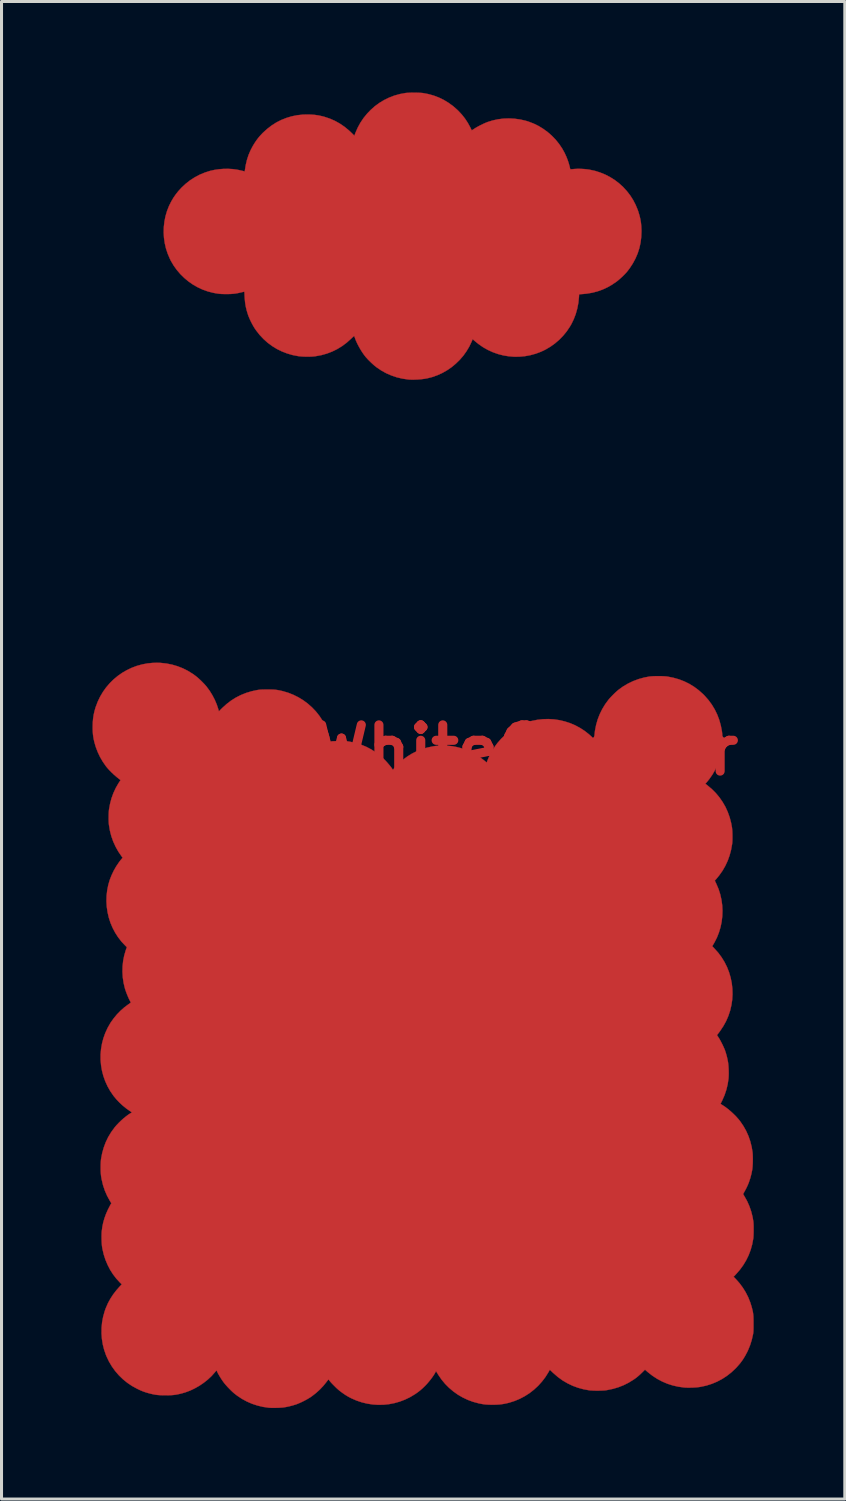
<source format=kicad_pcb>
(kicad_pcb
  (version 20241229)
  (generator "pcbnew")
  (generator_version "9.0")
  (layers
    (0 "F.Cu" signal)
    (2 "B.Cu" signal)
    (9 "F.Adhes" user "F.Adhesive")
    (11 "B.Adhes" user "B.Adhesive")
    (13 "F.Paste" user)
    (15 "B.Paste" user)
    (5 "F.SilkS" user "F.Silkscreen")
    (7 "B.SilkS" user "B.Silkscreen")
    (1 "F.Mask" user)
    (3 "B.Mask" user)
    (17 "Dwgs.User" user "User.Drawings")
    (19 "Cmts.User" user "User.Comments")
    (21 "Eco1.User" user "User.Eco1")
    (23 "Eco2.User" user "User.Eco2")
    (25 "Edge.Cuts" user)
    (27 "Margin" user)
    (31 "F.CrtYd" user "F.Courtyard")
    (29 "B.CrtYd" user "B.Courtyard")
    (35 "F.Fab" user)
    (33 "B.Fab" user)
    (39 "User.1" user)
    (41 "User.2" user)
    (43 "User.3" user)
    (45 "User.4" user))
  (footprint "LlamaWhiteCopper"
    (layer "F.Cu")
    (at 10.893 21.681)
    (property "Reference" "LlamaWhiteCopper" (at 0 0 0) (layer "F.Cu") (effects (font (size 1.524 1.524) (thickness 0.3))))
    (attr through_hole)
    (fp_poly (pts (xy -0.244 -21.676) (xy -0.168 -21.674) (xy -0.098 -21.671) (xy -0.037 -21.667) (xy 0.002 -21.663) (xy 0.18 -21.629) (xy 0.355 -21.58) (xy 0.525 -21.515) (xy 0.689 -21.435) (xy 0.846 -21.34) (xy 0.994 -21.232) (xy 1.132 -21.111) (xy 1.16 -21.084) (xy 1.281 -20.955) (xy 1.386 -20.822) (xy 1.478 -20.682) (xy 1.557 -20.538) (xy 1.609 -20.433) (xy 1.7 -20.492) (xy 1.758 -20.528) (xy 1.827 -20.567) (xy 1.903 -20.606) (xy 1.98 -20.644) (xy 2.053 -20.677) (xy 2.118 -20.703) (xy 2.124 -20.706) (xy 2.296 -20.76) (xy 2.473 -20.798) (xy 2.653 -20.821) (xy 2.835 -20.827) (xy 3.018 -20.818) (xy 3.199 -20.793) (xy 3.379 -20.753) (xy 3.479 -20.722) (xy 3.647 -20.658) (xy 3.809 -20.579) (xy 3.963 -20.485) (xy 4.11 -20.378) (xy 4.246 -20.259) (xy 4.373 -20.128) (xy 4.487 -19.987) (xy 4.589 -19.836) (xy 4.671 -19.688) (xy 4.723 -19.576) (xy 4.769 -19.459) (xy 4.808 -19.342) (xy 4.838 -19.23) (xy 4.844 -19.202) (xy 4.851 -19.173) (xy 4.857 -19.158) (xy 4.865 -19.151) (xy 4.876 -19.151) (xy 4.891 -19.152) (xy 4.92 -19.154) (xy 4.959 -19.157) (xy 5.003 -19.161) (xy 5.015 -19.162) (xy 5.115 -19.166) (xy 5.223 -19.164) (xy 5.335 -19.157) (xy 5.443 -19.145) (xy 5.492 -19.137) (xy 5.673 -19.098) (xy 5.847 -19.042) (xy 6.015 -18.973) (xy 6.175 -18.889) (xy 6.327 -18.793) (xy 6.469 -18.684) (xy 6.601 -18.563) (xy 6.722 -18.431) (xy 6.832 -18.289) (xy 6.929 -18.137) (xy 7.012 -17.976) (xy 7.082 -17.807) (xy 7.1 -17.754) (xy 7.138 -17.628) (xy 7.166 -17.51) (xy 7.186 -17.393) (xy 7.198 -17.274) (xy 7.203 -17.145) (xy 7.204 -17.101) (xy 7.196 -16.912) (xy 7.173 -16.729) (xy 7.134 -16.552) (xy 7.079 -16.38) (xy 7.008 -16.214) (xy 6.921 -16.051) (xy 6.818 -15.893) (xy 6.747 -15.798) (xy 6.708 -15.751) (xy 6.658 -15.698) (xy 6.602 -15.641) (xy 6.542 -15.584) (xy 6.482 -15.53) (xy 6.426 -15.482) (xy 6.39 -15.454) (xy 6.236 -15.348) (xy 6.08 -15.259) (xy 5.919 -15.185) (xy 5.753 -15.126) (xy 5.58 -15.081) (xy 5.399 -15.051) (xy 5.28 -15.039) (xy 5.148 -15.029) (xy 5.143 -14.939) (xy 5.123 -14.745) (xy 5.087 -14.559) (xy 5.037 -14.38) (xy 4.971 -14.208) (xy 4.891 -14.043) (xy 4.843 -13.962) (xy 4.739 -13.807) (xy 4.622 -13.664) (xy 4.493 -13.531) (xy 4.353 -13.411) (xy 4.204 -13.304) (xy 4.045 -13.21) (xy 3.893 -13.137) (xy 3.72 -13.072) (xy 3.543 -13.023) (xy 3.365 -12.99) (xy 3.185 -12.973) (xy 3.005 -12.971) (xy 2.826 -12.986) (xy 2.65 -13.015) (xy 2.476 -13.06) (xy 2.306 -13.12) (xy 2.141 -13.195) (xy 1.982 -13.285) (xy 1.831 -13.39) (xy 1.702 -13.495) (xy 1.639 -13.551) (xy 1.604 -13.468) (xy 1.526 -13.304) (xy 1.433 -13.149) (xy 1.328 -13.002) (xy 1.21 -12.866) (xy 1.081 -12.741) (xy 0.943 -12.626) (xy 0.795 -12.525) (xy 0.639 -12.436) (xy 0.476 -12.362) (xy 0.307 -12.302) (xy 0.144 -12.26) (xy 0.054 -12.244) (xy -0.044 -12.231) (xy -0.148 -12.222) (xy -0.252 -12.217) (xy -0.352 -12.215) (xy -0.443 -12.218) (xy -0.491 -12.222) (xy -0.68 -12.25) (xy -0.863 -12.293) (xy -1.04 -12.353) (xy -1.21 -12.427) (xy -1.373 -12.517) (xy -1.528 -12.622) (xy -1.532 -12.625) (xy -1.584 -12.666) (xy -1.643 -12.717) (xy -1.704 -12.773) (xy -1.766 -12.833) (xy -1.822 -12.89) (xy -1.87 -12.943) (xy -1.884 -12.959) (xy -1.944 -13.036) (xy -2.005 -13.124) (xy -2.064 -13.219) (xy -2.119 -13.316) (xy -2.169 -13.413) (xy -2.21 -13.504) (xy -2.23 -13.555) (xy -2.242 -13.589) (xy -2.253 -13.619) (xy -2.26 -13.639) (xy -2.261 -13.643) (xy -2.265 -13.649) (xy -2.269 -13.651) (xy -2.278 -13.648) (xy -2.291 -13.638) (xy -2.312 -13.62) (xy -2.341 -13.592) (xy -2.377 -13.558) (xy -2.519 -13.431) (xy -2.67 -13.319) (xy -2.827 -13.223) (xy -2.992 -13.142) (xy -3.164 -13.076) (xy -3.344 -13.025) (xy -3.531 -12.99) (xy -3.553 -12.986) (xy -3.632 -12.978) (xy -3.723 -12.974) (xy -3.82 -12.973) (xy -3.918 -12.975) (xy -4.011 -12.98) (xy -4.095 -12.989) (xy -4.112 -12.991) (xy -4.298 -13.027) (xy -4.477 -13.079) (xy -4.65 -13.146) (xy -4.815 -13.227) (xy -4.971 -13.323) (xy -5.119 -13.432) (xy -5.256 -13.555) (xy -5.383 -13.69) (xy -5.499 -13.838) (xy -5.546 -13.906) (xy -5.588 -13.974) (xy -5.631 -14.052) (xy -5.674 -14.135) (xy -5.713 -14.219) (xy -5.747 -14.299) (xy -5.77 -14.364) (xy -5.811 -14.497) (xy -5.841 -14.625) (xy -5.862 -14.753) (xy -5.875 -14.887) (xy -5.88 -14.971) (xy -5.882 -15.024) (xy -5.884 -15.062) (xy -5.885 -15.088) (xy -5.888 -15.104) (xy -5.891 -15.112) (xy -5.896 -15.115) (xy -5.902 -15.114) (xy -5.903 -15.114) (xy -5.918 -15.11) (xy -5.945 -15.104) (xy -5.981 -15.095) (xy -6.014 -15.088) (xy -6.099 -15.069) (xy -6.178 -15.055) (xy -6.257 -15.046) (xy -6.339 -15.04) (xy -6.431 -15.037) (xy -6.479 -15.037) (xy -6.564 -15.038) (xy -6.638 -15.04) (xy -6.705 -15.045) (xy -6.769 -15.053) (xy -6.838 -15.064) (xy -6.914 -15.079) (xy -6.919 -15.08) (xy -7.094 -15.125) (xy -7.263 -15.185) (xy -7.426 -15.261) (xy -7.582 -15.35) (xy -7.73 -15.453) (xy -7.868 -15.568) (xy -7.997 -15.695) (xy -8.114 -15.832) (xy -8.22 -15.98) (xy -8.312 -16.137) (xy -8.341 -16.196) (xy -8.413 -16.363) (xy -8.47 -16.535) (xy -8.511 -16.711) (xy -8.537 -16.89) (xy -8.547 -17.07) (xy -8.542 -17.25) (xy -8.522 -17.429) (xy -8.487 -17.605) (xy -8.436 -17.778) (xy -8.37 -17.945) (xy -8.294 -18.096) (xy -8.224 -18.215) (xy -8.148 -18.324) (xy -8.065 -18.429) (xy -7.97 -18.533) (xy -7.961 -18.543) (xy -7.824 -18.671) (xy -7.678 -18.786) (xy -7.522 -18.886) (xy -7.358 -18.973) (xy -7.186 -19.044) (xy -7.016 -19.098) (xy -6.874 -19.13) (xy -6.724 -19.152) (xy -6.569 -19.164) (xy -6.415 -19.165) (xy -6.265 -19.156) (xy -6.145 -19.14) (xy -6.109 -19.133) (xy -6.065 -19.125) (xy -6.019 -19.114) (xy -5.975 -19.104) (xy -5.935 -19.095) (xy -5.905 -19.087) (xy -5.889 -19.082) (xy -5.88 -19.081) (xy -5.875 -19.091) (xy -5.87 -19.113) (xy -5.87 -19.117) (xy -5.841 -19.296) (xy -5.801 -19.463) (xy -5.75 -19.62) (xy -5.686 -19.771) (xy -5.61 -19.917) (xy -5.545 -20.022) (xy -5.489 -20.105) (xy -5.435 -20.177) (xy -5.379 -20.244) (xy -5.317 -20.311) (xy -5.278 -20.352) (xy -5.137 -20.48) (xy -4.989 -20.594) (xy -4.834 -20.693) (xy -4.671 -20.776) (xy -4.502 -20.843) (xy -4.327 -20.896) (xy -4.147 -20.932) (xy -3.961 -20.952) (xy -3.817 -20.956) (xy -3.683 -20.953) (xy -3.559 -20.943) (xy -3.439 -20.925) (xy -3.32 -20.899) (xy -3.245 -20.879) (xy -3.069 -20.82) (xy -2.901 -20.746) (xy -2.741 -20.657) (xy -2.588 -20.553) (xy -2.443 -20.434) (xy -2.364 -20.36) (xy -2.261 -20.258) (xy -2.226 -20.351) (xy -2.151 -20.522) (xy -2.062 -20.685) (xy -1.959 -20.839) (xy -1.84 -20.985) (xy -1.725 -21.105) (xy -1.586 -21.229) (xy -1.437 -21.338) (xy -1.279 -21.434) (xy -1.114 -21.514) (xy -0.942 -21.58) (xy -0.762 -21.63) (xy -0.58 -21.664) (xy -0.531 -21.669) (xy -0.47 -21.672) (xy -0.399 -21.675) (xy -0.322 -21.676) (xy -0.244 -21.676)) (stroke (width 0.01) (type solid)) (fill yes) (layer "F.Cu"))
    (fp_poly (pts (xy -8.646 -2.878) (xy -8.454 -2.857) (xy -8.268 -2.82) (xy -8.089 -2.767) (xy -7.915 -2.699) (xy -7.748 -2.615) (xy -7.587 -2.515) (xy -7.504 -2.455) (xy -7.448 -2.411) (xy -7.387 -2.357) (xy -7.322 -2.297) (xy -7.259 -2.234) (xy -7.2 -2.173) (xy -7.15 -2.116) (xy -7.135 -2.098) (xy -7.033 -1.96) (xy -6.942 -1.813) (xy -6.862 -1.659) (xy -6.796 -1.502) (xy -6.75 -1.363) (xy -6.727 -1.282) (xy -6.616 -1.392) (xy -6.474 -1.521) (xy -6.325 -1.635) (xy -6.168 -1.734) (xy -6.003 -1.818) (xy -5.829 -1.888) (xy -5.648 -1.943) (xy -5.485 -1.978) (xy -5.446 -1.985) (xy -5.411 -1.99) (xy -5.378 -1.994) (xy -5.343 -1.997) (xy -5.303 -1.999) (xy -5.255 -2) (xy -5.196 -2.001) (xy -5.138 -2.001) (xy -5.05 -2.001) (xy -4.975 -1.999) (xy -4.91 -1.996) (xy -4.851 -1.991) (xy -4.794 -1.983) (xy -4.735 -1.972) (xy -4.672 -1.958) (xy -4.623 -1.947) (xy -4.443 -1.894) (xy -4.27 -1.825) (xy -4.104 -1.742) (xy -3.946 -1.646) (xy -3.797 -1.535) (xy -3.658 -1.412) (xy -3.53 -1.278) (xy -3.414 -1.132) (xy -3.331 -1.007) (xy -3.278 -0.915) (xy -3.227 -0.813) (xy -3.179 -0.706) (xy -3.137 -0.598) (xy -3.101 -0.492) (xy -3.074 -0.394) (xy -3.067 -0.361) (xy -3.052 -0.287) (xy -2.992 -0.294) (xy -2.967 -0.296) (xy -2.927 -0.297) (xy -2.878 -0.299) (xy -2.821 -0.3) (xy -2.76 -0.3) (xy -2.725 -0.3) (xy -2.655 -0.3) (xy -2.598 -0.299) (xy -2.551 -0.297) (xy -2.511 -0.294) (xy -2.475 -0.29) (xy -2.438 -0.285) (xy -2.41 -0.28) (xy -2.221 -0.239) (xy -2.04 -0.182) (xy -1.867 -0.111) (xy -1.702 -0.024) (xy -1.545 0.077) (xy -1.396 0.193) (xy -1.296 0.283) (xy -1.24 0.339) (xy -1.183 0.401) (xy -1.128 0.465) (xy -1.077 0.527) (xy -1.035 0.583) (xy -1.024 0.599) (xy -1.008 0.622) (xy -0.996 0.638) (xy -0.99 0.643) (xy -0.983 0.637) (xy -0.969 0.62) (xy -0.952 0.6) (xy -0.923 0.566) (xy -0.884 0.524) (xy -0.839 0.478) (xy -0.79 0.43) (xy -0.741 0.384) (xy -0.695 0.344) (xy -0.664 0.318) (xy -0.516 0.208) (xy -0.362 0.113) (xy -0.203 0.033) (xy -0.035 -0.033) (xy 0.141 -0.086) (xy 0.327 -0.126) (xy 0.394 -0.137) (xy 0.441 -0.142) (xy 0.501 -0.145) (xy 0.57 -0.148) (xy 0.645 -0.148) (xy 0.722 -0.148) (xy 0.797 -0.146) (xy 0.866 -0.142) (xy 0.926 -0.137) (xy 0.965 -0.133) (xy 1.114 -0.104) (xy 1.263 -0.065) (xy 1.409 -0.017) (xy 1.546 0.039) (xy 1.667 0.099) (xy 1.723 0.132) (xy 1.787 0.173) (xy 1.854 0.218) (xy 1.92 0.264) (xy 1.979 0.308) (xy 2.017 0.338) (xy 2.049 0.364) (xy 2.075 0.385) (xy 2.094 0.399) (xy 2.102 0.405) (xy 2.103 0.405) (xy 2.106 0.396) (xy 2.114 0.375) (xy 2.124 0.346) (xy 2.128 0.335) (xy 2.166 0.243) (xy 2.214 0.143) (xy 2.27 0.04) (xy 2.332 -0.062) (xy 2.398 -0.16) (xy 2.46 -0.241) (xy 2.581 -0.379) (xy 2.714 -0.505) (xy 2.858 -0.62) (xy 3.011 -0.722) (xy 3.173 -0.811) (xy 3.341 -0.886) (xy 3.515 -0.945) (xy 3.588 -0.965) (xy 3.771 -1.002) (xy 3.954 -1.022) (xy 4.138 -1.027) (xy 4.32 -1.016) (xy 4.501 -0.99) (xy 4.677 -0.948) (xy 4.85 -0.892) (xy 5.017 -0.821) (xy 5.177 -0.735) (xy 5.33 -0.636) (xy 5.474 -0.523) (xy 5.557 -0.447) (xy 5.643 -0.364) (xy 5.649 -0.446) (xy 5.671 -0.642) (xy 5.708 -0.831) (xy 5.76 -1.013) (xy 5.828 -1.188) (xy 5.911 -1.356) (xy 6.008 -1.516) (xy 6.121 -1.669) (xy 6.123 -1.672) (xy 6.162 -1.716) (xy 6.21 -1.768) (xy 6.263 -1.822) (xy 6.318 -1.877) (xy 6.372 -1.927) (xy 6.421 -1.97) (xy 6.445 -1.99) (xy 6.598 -2.101) (xy 6.76 -2.196) (xy 6.929 -2.277) (xy 7.107 -2.344) (xy 7.291 -2.395) (xy 7.457 -2.427) (xy 7.513 -2.433) (xy 7.583 -2.438) (xy 7.661 -2.441) (xy 7.744 -2.442) (xy 7.828 -2.442) (xy 7.909 -2.439) (xy 7.983 -2.435) (xy 8.045 -2.429) (xy 8.066 -2.426) (xy 8.257 -2.388) (xy 8.44 -2.336) (xy 8.614 -2.269) (xy 8.781 -2.187) (xy 8.939 -2.09) (xy 9.089 -1.978) (xy 9.232 -1.851) (xy 9.289 -1.793) (xy 9.414 -1.651) (xy 9.524 -1.501) (xy 9.62 -1.341) (xy 9.701 -1.174) (xy 9.768 -0.998) (xy 9.819 -0.814) (xy 9.856 -0.622) (xy 9.857 -0.614) (xy 9.863 -0.56) (xy 9.868 -0.495) (xy 9.871 -0.422) (xy 9.872 -0.345) (xy 9.872 -0.269) (xy 9.87 -0.196) (xy 9.867 -0.133) (xy 9.862 -0.082) (xy 9.862 -0.08) (xy 9.827 0.112) (xy 9.777 0.297) (xy 9.713 0.474) (xy 9.635 0.643) (xy 9.543 0.803) (xy 9.438 0.954) (xy 9.383 1.022) (xy 9.31 1.108) (xy 9.376 1.158) (xy 9.521 1.28) (xy 9.654 1.413) (xy 9.773 1.556) (xy 9.879 1.709) (xy 9.972 1.87) (xy 10.049 2.04) (xy 10.112 2.217) (xy 10.16 2.401) (xy 10.188 2.552) (xy 10.193 2.604) (xy 10.198 2.669) (xy 10.201 2.742) (xy 10.202 2.818) (xy 10.202 2.895) (xy 10.201 2.967) (xy 10.198 3.032) (xy 10.193 3.084) (xy 10.192 3.094) (xy 10.157 3.287) (xy 10.108 3.471) (xy 10.045 3.646) (xy 9.967 3.814) (xy 9.874 3.974) (xy 9.766 4.127) (xy 9.689 4.222) (xy 9.621 4.3) (xy 9.673 4.41) (xy 9.745 4.579) (xy 9.8 4.752) (xy 9.84 4.93) (xy 9.865 5.11) (xy 9.874 5.291) (xy 9.868 5.472) (xy 9.847 5.653) (xy 9.811 5.83) (xy 9.759 6.004) (xy 9.693 6.173) (xy 9.611 6.335) (xy 9.576 6.395) (xy 9.559 6.424) (xy 9.546 6.446) (xy 9.539 6.459) (xy 9.539 6.461) (xy 9.544 6.468) (xy 9.559 6.485) (xy 9.582 6.509) (xy 9.607 6.536) (xy 9.733 6.676) (xy 9.844 6.826) (xy 9.941 6.983) (xy 10.023 7.148) (xy 10.09 7.318) (xy 10.142 7.494) (xy 10.179 7.674) (xy 10.2 7.858) (xy 10.205 8.044) (xy 10.194 8.231) (xy 10.169 8.401) (xy 10.127 8.582) (xy 10.069 8.757) (xy 9.995 8.928) (xy 9.905 9.092) (xy 9.799 9.252) (xy 9.759 9.307) (xy 9.693 9.392) (xy 9.743 9.468) (xy 9.771 9.513) (xy 9.804 9.571) (xy 9.838 9.636) (xy 9.873 9.704) (xy 9.905 9.773) (xy 9.933 9.836) (xy 9.956 9.891) (xy 9.957 9.896) (xy 9.987 9.986) (xy 10.015 10.086) (xy 10.039 10.191) (xy 10.056 10.279) (xy 10.064 10.34) (xy 10.071 10.413) (xy 10.076 10.495) (xy 10.079 10.579) (xy 10.08 10.663) (xy 10.078 10.74) (xy 10.074 10.808) (xy 10.073 10.826) (xy 10.045 11.013) (xy 10.001 11.196) (xy 9.941 11.374) (xy 9.866 11.545) (xy 9.847 11.583) (xy 9.831 11.616) (xy 9.819 11.641) (xy 9.812 11.654) (xy 9.811 11.656) (xy 9.817 11.662) (xy 9.834 11.675) (xy 9.859 11.691) (xy 9.871 11.698) (xy 9.959 11.756) (xy 10.051 11.826) (xy 10.145 11.904) (xy 10.237 11.989) (xy 10.324 12.076) (xy 10.402 12.164) (xy 10.455 12.23) (xy 10.562 12.387) (xy 10.655 12.551) (xy 10.731 12.722) (xy 10.792 12.899) (xy 10.837 13.082) (xy 10.864 13.245) (xy 10.87 13.307) (xy 10.873 13.382) (xy 10.875 13.464) (xy 10.874 13.55) (xy 10.872 13.634) (xy 10.867 13.714) (xy 10.861 13.785) (xy 10.855 13.83) (xy 10.828 13.966) (xy 10.791 14.106) (xy 10.745 14.244) (xy 10.706 14.34) (xy 10.688 14.379) (xy 10.665 14.427) (xy 10.639 14.478) (xy 10.612 14.528) (xy 10.588 14.572) (xy 10.568 14.607) (xy 10.566 14.61) (xy 10.56 14.62) (xy 10.558 14.63) (xy 10.561 14.642) (xy 10.571 14.661) (xy 10.587 14.688) (xy 10.599 14.708) (xy 10.686 14.864) (xy 10.76 15.03) (xy 10.82 15.204) (xy 10.866 15.384) (xy 10.893 15.542) (xy 10.896 15.581) (xy 10.899 15.633) (xy 10.901 15.695) (xy 10.901 15.763) (xy 10.901 15.835) (xy 10.9 15.905) (xy 10.898 15.972) (xy 10.895 16.031) (xy 10.892 16.079) (xy 10.889 16.102) (xy 10.854 16.29) (xy 10.803 16.472) (xy 10.737 16.647) (xy 10.655 16.815) (xy 10.558 16.976) (xy 10.446 17.13) (xy 10.318 17.276) (xy 10.314 17.281) (xy 10.24 17.359) (xy 10.317 17.437) (xy 10.436 17.571) (xy 10.544 17.717) (xy 10.64 17.872) (xy 10.722 18.034) (xy 10.789 18.201) (xy 10.83 18.332) (xy 10.848 18.398) (xy 10.862 18.455) (xy 10.874 18.506) (xy 10.882 18.555) (xy 10.888 18.604) (xy 10.893 18.657) (xy 10.895 18.716) (xy 10.897 18.785) (xy 10.897 18.867) (xy 10.897 18.9) (xy 10.897 18.979) (xy 10.897 19.044) (xy 10.896 19.097) (xy 10.894 19.14) (xy 10.892 19.176) (xy 10.889 19.207) (xy 10.885 19.235) (xy 10.882 19.251) (xy 10.84 19.438) (xy 10.784 19.616) (xy 10.714 19.787) (xy 10.689 19.839) (xy 10.618 19.972) (xy 10.544 20.092) (xy 10.461 20.205) (xy 10.367 20.314) (xy 10.306 20.38) (xy 10.166 20.511) (xy 10.018 20.627) (xy 9.861 20.729) (xy 9.697 20.816) (xy 9.524 20.888) (xy 9.345 20.945) (xy 9.158 20.986) (xy 9.107 20.994) (xy 9.042 21.002) (xy 8.966 21.008) (xy 8.882 21.012) (xy 8.796 21.014) (xy 8.714 21.014) (xy 8.639 21.011) (xy 8.603 21.008) (xy 8.415 20.982) (xy 8.232 20.94) (xy 8.054 20.883) (xy 7.882 20.809) (xy 7.717 20.721) (xy 7.559 20.617) (xy 7.409 20.499) (xy 7.389 20.482) (xy 7.32 20.421) (xy 7.234 20.506) (xy 7.175 20.563) (xy 7.124 20.61) (xy 7.077 20.65) (xy 7.03 20.688) (xy 6.979 20.725) (xy 6.928 20.759) (xy 6.773 20.854) (xy 6.612 20.934) (xy 6.445 21) (xy 6.27 21.052) (xy 6.085 21.091) (xy 6.022 21.102) (xy 5.981 21.106) (xy 5.926 21.109) (xy 5.862 21.111) (xy 5.793 21.113) (xy 5.721 21.113) (xy 5.651 21.112) (xy 5.586 21.109) (xy 5.529 21.106) (xy 5.486 21.102) (xy 5.485 21.102) (xy 5.294 21.067) (xy 5.11 21.017) (xy 4.933 20.951) (xy 4.764 20.87) (xy 4.602 20.775) (xy 4.449 20.664) (xy 4.304 20.539) (xy 4.283 20.52) (xy 4.183 20.423) (xy 4.136 20.506) (xy 4.036 20.666) (xy 3.922 20.815) (xy 3.797 20.953) (xy 3.661 21.079) (xy 3.515 21.193) (xy 3.36 21.293) (xy 3.196 21.38) (xy 3.024 21.452) (xy 2.845 21.509) (xy 2.751 21.532) (xy 2.667 21.549) (xy 2.589 21.561) (xy 2.509 21.57) (xy 2.425 21.575) (xy 2.33 21.577) (xy 2.289 21.577) (xy 2.2 21.576) (xy 2.123 21.573) (xy 2.054 21.568) (xy 1.986 21.559) (xy 1.916 21.547) (xy 1.838 21.531) (xy 1.823 21.527) (xy 1.646 21.479) (xy 1.474 21.415) (xy 1.308 21.336) (xy 1.15 21.244) (xy 1 21.137) (xy 0.86 21.019) (xy 0.731 20.889) (xy 0.614 20.748) (xy 0.509 20.596) (xy 0.485 20.557) (xy 0.465 20.524) (xy 0.448 20.498) (xy 0.436 20.48) (xy 0.431 20.474) (xy 0.425 20.481) (xy 0.415 20.498) (xy 0.411 20.506) (xy 0.383 20.558) (xy 0.344 20.619) (xy 0.298 20.685) (xy 0.245 20.755) (xy 0.189 20.824) (xy 0.131 20.891) (xy 0.073 20.952) (xy 0.072 20.953) (xy -0.006 21.029) (xy -0.081 21.095) (xy -0.158 21.156) (xy -0.242 21.216) (xy -0.267 21.232) (xy -0.426 21.328) (xy -0.592 21.408) (xy -0.763 21.473) (xy -0.938 21.523) (xy -1.117 21.558) (xy -1.297 21.577) (xy -1.479 21.58) (xy -1.66 21.568) (xy -1.84 21.54) (xy -2.018 21.497) (xy -2.193 21.438) (xy -2.364 21.363) (xy -2.456 21.315) (xy -2.557 21.254) (xy -2.662 21.182) (xy -2.756 21.111) (xy -2.793 21.079) (xy -2.837 21.04) (xy -2.884 20.995) (xy -2.932 20.947) (xy -2.979 20.899) (xy -3.021 20.855) (xy -3.056 20.815) (xy -3.081 20.785) (xy -3.097 20.764) (xy -3.11 20.749) (xy -3.115 20.745) (xy -3.122 20.751) (xy -3.136 20.769) (xy -3.157 20.795) (xy -3.182 20.828) (xy -3.191 20.84) (xy -3.291 20.962) (xy -3.403 21.08) (xy -3.525 21.19) (xy -3.653 21.29) (xy -3.711 21.331) (xy -3.773 21.369) (xy -3.844 21.41) (xy -3.922 21.451) (xy -4.001 21.49) (xy -4.079 21.525) (xy -4.149 21.554) (xy -4.194 21.57) (xy -4.293 21.6) (xy -4.4 21.628) (xy -4.507 21.651) (xy -4.579 21.663) (xy -4.625 21.669) (xy -4.684 21.673) (xy -4.751 21.677) (xy -4.823 21.679) (xy -4.895 21.681) (xy -4.963 21.681) (xy -5.023 21.679) (xy -5.071 21.676) (xy -5.078 21.676) (xy -5.271 21.648) (xy -5.456 21.604) (xy -5.635 21.545) (xy -5.807 21.47) (xy -5.971 21.381) (xy -6.129 21.275) (xy -6.229 21.197) (xy -6.275 21.157) (xy -6.327 21.108) (xy -6.382 21.052) (xy -6.438 20.994) (xy -6.49 20.936) (xy -6.536 20.882) (xy -6.567 20.843) (xy -6.599 20.798) (xy -6.635 20.746) (xy -6.671 20.69) (xy -6.706 20.633) (xy -6.737 20.579) (xy -6.763 20.533) (xy -6.78 20.496) (xy -6.78 20.496) (xy -6.792 20.471) (xy -6.801 20.454) (xy -6.806 20.449) (xy -6.813 20.455) (xy -6.829 20.471) (xy -6.849 20.495) (xy -6.86 20.509) (xy -6.969 20.632) (xy -7.092 20.747) (xy -7.227 20.854) (xy -7.37 20.951) (xy -7.521 21.037) (xy -7.676 21.111) (xy -7.835 21.17) (xy -7.939 21.2) (xy -8.018 21.22) (xy -8.087 21.235) (xy -8.152 21.247) (xy -8.216 21.255) (xy -8.283 21.261) (xy -8.358 21.264) (xy -8.445 21.265) (xy -8.477 21.265) (xy -8.566 21.265) (xy -8.642 21.263) (xy -8.709 21.259) (xy -8.771 21.253) (xy -8.831 21.245) (xy -8.893 21.233) (xy -8.96 21.218) (xy -9.008 21.206) (xy -9.092 21.183) (xy -9.168 21.159) (xy -9.242 21.132) (xy -9.319 21.1) (xy -9.403 21.06) (xy -9.424 21.05) (xy -9.591 20.958) (xy -9.746 20.854) (xy -9.891 20.736) (xy -10.024 20.607) (xy -10.145 20.467) (xy -10.254 20.315) (xy -10.35 20.154) (xy -10.432 19.982) (xy -10.449 19.94) (xy -10.509 19.768) (xy -10.554 19.59) (xy -10.583 19.409) (xy -10.596 19.226) (xy -10.594 19.042) (xy -10.577 18.859) (xy -10.543 18.678) (xy -10.494 18.501) (xy -10.455 18.392) (xy -10.386 18.233) (xy -10.304 18.082) (xy -10.209 17.936) (xy -10.099 17.795) (xy -10.009 17.693) (xy -9.929 17.607) (xy -9.989 17.549) (xy -10.108 17.42) (xy -10.216 17.279) (xy -10.313 17.127) (xy -10.396 16.966) (xy -10.467 16.798) (xy -10.523 16.624) (xy -10.565 16.445) (xy -10.576 16.382) (xy -10.583 16.328) (xy -10.588 16.262) (xy -10.592 16.187) (xy -10.594 16.109) (xy -10.595 16.031) (xy -10.594 15.959) (xy -10.592 15.895) (xy -10.589 15.861) (xy -10.569 15.712) (xy -10.54 15.57) (xy -10.5 15.431) (xy -10.45 15.292) (xy -10.388 15.151) (xy -10.313 15.005) (xy -10.292 14.968) (xy -10.273 14.934) (xy -10.322 14.854) (xy -10.411 14.691) (xy -10.486 14.52) (xy -10.546 14.341) (xy -10.591 14.153) (xy -10.611 14.037) (xy -10.617 13.978) (xy -10.622 13.906) (xy -10.625 13.826) (xy -10.625 13.743) (xy -10.624 13.66) (xy -10.621 13.583) (xy -10.616 13.515) (xy -10.611 13.472) (xy -10.574 13.28) (xy -10.522 13.096) (xy -10.456 12.92) (xy -10.375 12.752) (xy -10.278 12.592) (xy -10.167 12.439) (xy -10.159 12.429) (xy -10.098 12.358) (xy -10.027 12.284) (xy -9.951 12.21) (xy -9.872 12.139) (xy -9.792 12.074) (xy -9.716 12.017) (xy -9.646 11.971) (xy -9.644 11.97) (xy -9.593 11.939) (xy -9.678 11.883) (xy -9.79 11.803) (xy -9.902 11.711) (xy -10.009 11.611) (xy -10.108 11.507) (xy -10.194 11.403) (xy -10.2 11.395) (xy -10.307 11.24) (xy -10.398 11.079) (xy -10.474 10.912) (xy -10.535 10.74) (xy -10.581 10.565) (xy -10.611 10.387) (xy -10.627 10.207) (xy -10.627 10.027) (xy -10.611 9.848) (xy -10.58 9.67) (xy -10.534 9.494) (xy -10.472 9.322) (xy -10.395 9.154) (xy -10.302 8.991) (xy -10.29 8.973) (xy -10.195 8.84) (xy -10.089 8.711) (xy -9.972 8.591) (xy -9.849 8.482) (xy -9.722 8.386) (xy -9.715 8.382) (xy -9.683 8.359) (xy -9.656 8.34) (xy -9.638 8.325) (xy -9.632 8.318) (xy -9.636 8.308) (xy -9.646 8.287) (xy -9.661 8.258) (xy -9.67 8.242) (xy -9.697 8.187) (xy -9.726 8.121) (xy -9.756 8.049) (xy -9.784 7.975) (xy -9.809 7.904) (xy -9.826 7.849) (xy -9.868 7.673) (xy -9.895 7.492) (xy -9.906 7.309) (xy -9.902 7.127) (xy -9.883 6.946) (xy -9.848 6.769) (xy -9.798 6.596) (xy -9.789 6.572) (xy -9.761 6.493) (xy -9.812 6.444) (xy -9.937 6.311) (xy -10.048 6.168) (xy -10.146 6.016) (xy -10.231 5.856) (xy -10.301 5.69) (xy -10.356 5.519) (xy -10.397 5.342) (xy -10.423 5.163) (xy -10.434 4.98) (xy -10.429 4.797) (xy -10.408 4.613) (xy -10.373 4.439) (xy -10.328 4.284) (xy -10.268 4.129) (xy -10.195 3.975) (xy -10.112 3.829) (xy -10.019 3.692) (xy -9.963 3.619) (xy -9.901 3.544) (xy -9.927 3.509) (xy -10.038 3.349) (xy -10.132 3.182) (xy -10.211 3.009) (xy -10.274 2.83) (xy -10.321 2.645) (xy -10.352 2.459) (xy -10.357 2.405) (xy -10.36 2.339) (xy -10.362 2.265) (xy -10.361 2.187) (xy -10.36 2.111) (xy -10.357 2.04) (xy -10.352 1.979) (xy -10.349 1.951) (xy -10.315 1.766) (xy -10.267 1.585) (xy -10.204 1.412) (xy -10.127 1.246) (xy -10.037 1.089) (xy -10.012 1.052) (xy -9.994 1.024) (xy -9.979 1.002) (xy -9.971 0.988) (xy -9.97 0.986) (xy -9.977 0.98) (xy -9.993 0.966) (xy -10.017 0.948) (xy -10.019 0.946) (xy -10.099 0.883) (xy -10.181 0.812) (xy -10.261 0.737) (xy -10.337 0.66) (xy -10.404 0.585) (xy -10.45 0.529) (xy -10.554 0.379) (xy -10.646 0.221) (xy -10.724 0.056) (xy -10.788 -0.113) (xy -10.837 -0.284) (xy -10.837 -0.288) (xy -10.856 -0.372) (xy -10.869 -0.451) (xy -10.879 -0.529) (xy -10.885 -0.611) (xy -10.888 -0.702) (xy -10.888 -0.766) (xy -10.885 -0.909) (xy -10.874 -1.042) (xy -10.855 -1.168) (xy -10.827 -1.292) (xy -10.79 -1.42) (xy -10.787 -1.427) (xy -10.721 -1.601) (xy -10.641 -1.767) (xy -10.548 -1.924) (xy -10.443 -2.071) (xy -10.326 -2.207) (xy -10.199 -2.333) (xy -10.062 -2.447) (xy -9.916 -2.55) (xy -9.762 -2.639) (xy -9.601 -2.716) (xy -9.433 -2.779) (xy -9.26 -2.827) (xy -9.083 -2.861) (xy -8.901 -2.879) (xy -8.717 -2.881) (xy -8.646 -2.878)) (stroke (width 0.01) (type solid)) (fill yes) (layer "F.Cu")))
  (gr_rect
    (start -3 -3)
    (end 24.8 46.367)
    (stroke (width 0.1) (type default))
    (fill no)
    (layer "Edge.Cuts")))
</source>
